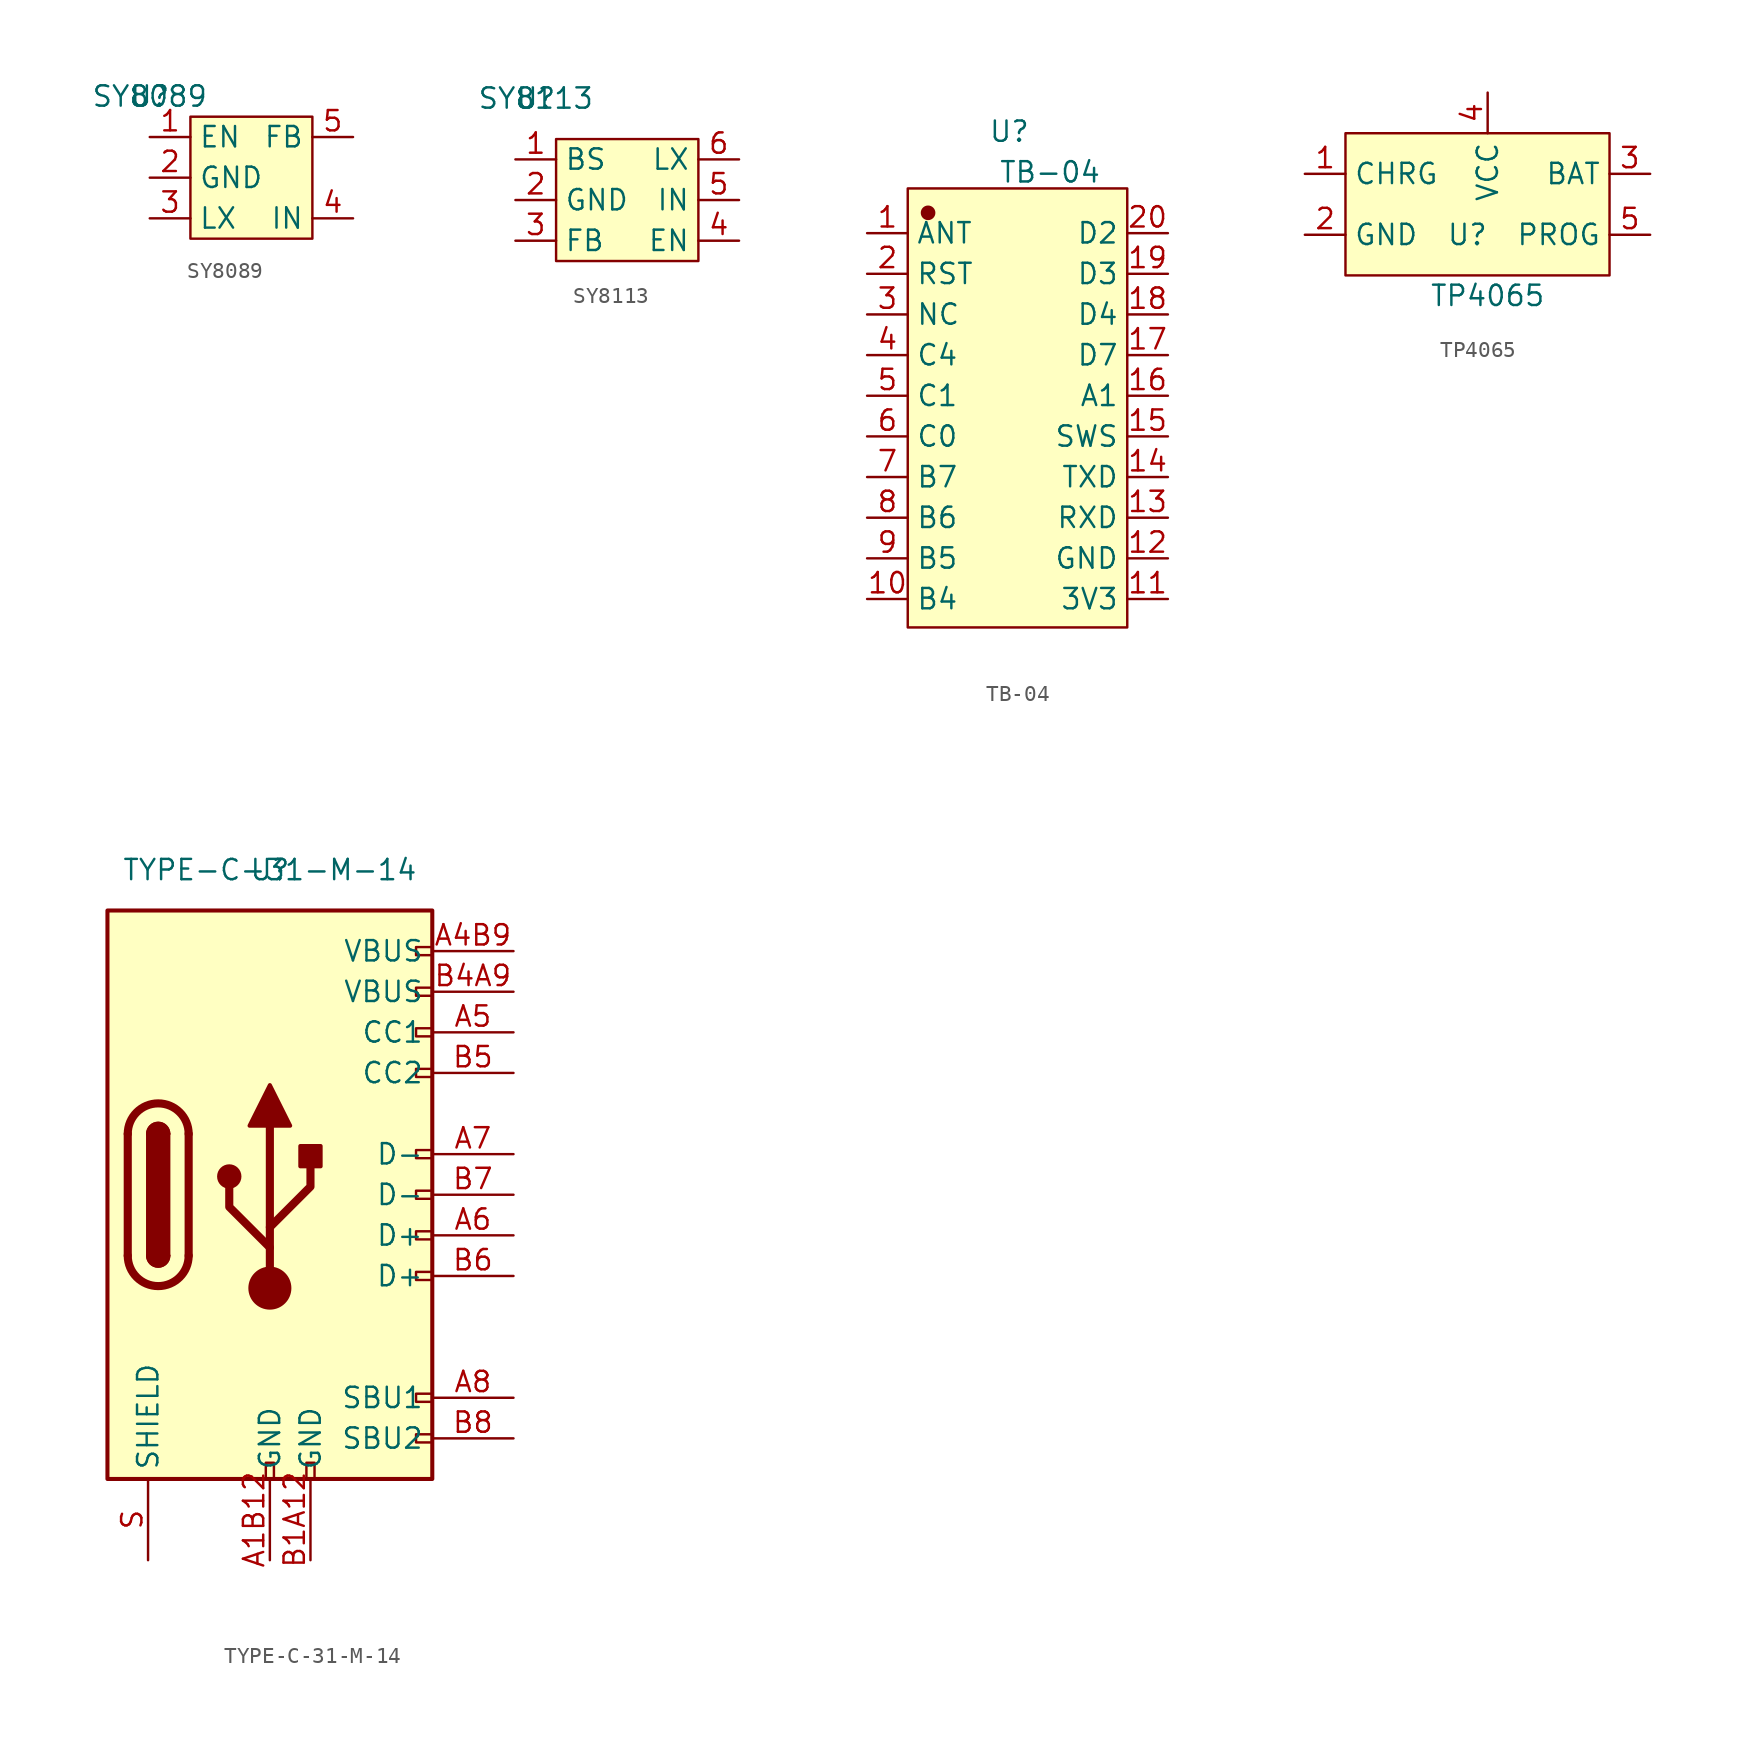
<source format=kicad_sym>
(kicad_symbol_lib
  (version 20211014)
  (generator kicad_symbol_editor)
  (symbol "SY8089"
    (property "Reference" "U"
      (at 0 0 0)
      (effects (font (size 1.27 1.27))))
    (property "Value" "SY8089"
      (at 0 0 0)
      (effects (font (size 1.27 1.27))))
    (symbol "SY8089_0_1"
      (rectangle (start 2.54 -1.27) (end 10.16 -8.89) (stroke (width 0.152) (type default) (color 0 0 0 0)) (fill (type background))))
    (symbol "SY8089_1_1"
      (pin input line (at 0 -2.54 0) (length 2.54) (name "EN" (effects (font (size 1.27 1.27)))) (number "1" (effects (font (size 1.27 1.27)))))
      (pin input line (at 0 -5.08 0) (length 2.54) (name "GND" (effects (font (size 1.27 1.27)))) (number "2" (effects (font (size 1.27 1.27)))))
      (pin input line (at 0 -7.62 0) (length 2.54) (name "LX" (effects (font (size 1.27 1.27)))) (number "3" (effects (font (size 1.27 1.27)))))
      (pin input line (at 12.7 -7.62 180) (length 2.54) (name "IN" (effects (font (size 1.27 1.27)))) (number "4" (effects (font (size 1.27 1.27)))))
      (pin input line (at 12.7 -2.54 180) (length 2.54) (name "FB" (effects (font (size 1.27 1.27)))) (number "5" (effects (font (size 1.27 1.27)))))))
  (symbol "SY8113"
    (property "Reference" "U"
      (at 0 0 0)
      (effects (font (size 1.27 1.27))))
    (property "Value" "SY8113"
      (at 0 0 0)
      (effects (font (size 1.27 1.27))))
    (symbol "SY8113_0_1"
      (rectangle (start 1.27 -2.54) (end 10.16 -10.16) (stroke (width 0.152) (type default) (color 0 0 0 0)) (fill (type background))))
    (symbol "SY8113_1_1"
      (pin input line (at -1.27 -3.81 0) (length 2.54) (name "BS" (effects (font (size 1.27 1.27)))) (number "1" (effects (font (size 1.27 1.27)))))
      (pin input line (at -1.27 -6.35 0) (length 2.54) (name "GND" (effects (font (size 1.27 1.27)))) (number "2" (effects (font (size 1.27 1.27)))))
      (pin input line (at -1.27 -8.89 0) (length 2.54) (name "FB" (effects (font (size 1.27 1.27)))) (number "3" (effects (font (size 1.27 1.27)))))
      (pin input line (at 12.7 -8.89 180) (length 2.54) (name "EN" (effects (font (size 1.27 1.27)))) (number "4" (effects (font (size 1.27 1.27)))))
      (pin input line (at 12.7 -6.35 180) (length 2.54) (name "IN" (effects (font (size 1.27 1.27)))) (number "5" (effects (font (size 1.27 1.27)))))
      (pin input line (at 12.7 -3.81 180) (length 2.54) (name "LX" (effects (font (size 1.27 1.27)))) (number "6" (effects (font (size 1.27 1.27)))))))
  (symbol "TB-04"
    (property "Reference" "U"
      (at 0 16.51 0)
      (effects (font (size 1.27 1.27))))
    (property "Value" "TB-04"
      (at 2.54 13.97 0)
      (effects (font (size 1.27 1.27))))
    (symbol "TB-04_0_1"
      (rectangle (start -6.35 12.954) (end 7.366 -14.478) (stroke (width 0) (type default) (color 0 0 0 0)) (fill (type background))))
    (symbol "TB-04_1_1"
      (circle (center -5.08 11.43) (radius 0.381) (stroke (width 0.152) (type default) (color 0 0 0 0)) (fill (type outline)))
      (pin free line (at -8.89 10.16 0) (length 2.54) (name "ANT" (effects (font (size 1.27 1.27)))) (number "1" (effects (font (size 1.27 1.27)))))
      (pin free line (at -8.89 -12.7 0) (length 2.54) (name "B4" (effects (font (size 1.27 1.27)))) (number "10" (effects (font (size 1.27 1.27)))))
      (pin free line (at 9.906 -12.7 180) (length 2.54) (name "3V3" (effects (font (size 1.27 1.27)))) (number "11" (effects (font (size 1.27 1.27)))))
      (pin free line (at 9.906 -10.16 180) (length 2.54) (name "GND" (effects (font (size 1.27 1.27)))) (number "12" (effects (font (size 1.27 1.27)))))
      (pin free line (at 9.906 -7.62 180) (length 2.54) (name "RXD" (effects (font (size 1.27 1.27)))) (number "13" (effects (font (size 1.27 1.27)))))
      (pin free line (at 9.906 -5.08 180) (length 2.54) (name "TXD" (effects (font (size 1.27 1.27)))) (number "14" (effects (font (size 1.27 1.27)))))
      (pin free line (at 9.906 -2.54 180) (length 2.54) (name "SWS" (effects (font (size 1.27 1.27)))) (number "15" (effects (font (size 1.27 1.27)))))
      (pin free line (at 9.906 0 180) (length 2.54) (name "A1" (effects (font (size 1.27 1.27)))) (number "16" (effects (font (size 1.27 1.27)))))
      (pin free line (at 9.906 2.54 180) (length 2.54) (name "D7" (effects (font (size 1.27 1.27)))) (number "17" (effects (font (size 1.27 1.27)))))
      (pin free line (at 9.906 5.08 180) (length 2.54) (name "D4" (effects (font (size 1.27 1.27)))) (number "18" (effects (font (size 1.27 1.27)))))
      (pin free line (at 9.906 7.62 180) (length 2.54) (name "D3" (effects (font (size 1.27 1.27)))) (number "19" (effects (font (size 1.27 1.27)))))
      (pin free line (at -8.89 7.62 0) (length 2.54) (name "RST" (effects (font (size 1.27 1.27)))) (number "2" (effects (font (size 1.27 1.27)))))
      (pin free line (at 9.906 10.16 180) (length 2.54) (name "D2" (effects (font (size 1.27 1.27)))) (number "20" (effects (font (size 1.27 1.27)))))
      (pin free line (at -8.89 5.08 0) (length 2.54) (name "NC" (effects (font (size 1.27 1.27)))) (number "3" (effects (font (size 1.27 1.27)))))
      (pin free line (at -8.89 2.54 0) (length 2.54) (name "C4" (effects (font (size 1.27 1.27)))) (number "4" (effects (font (size 1.27 1.27)))))
      (pin free line (at -8.89 0 0) (length 2.54) (name "C1" (effects (font (size 1.27 1.27)))) (number "5" (effects (font (size 1.27 1.27)))))
      (pin free line (at -8.89 -2.54 0) (length 2.54) (name "C0" (effects (font (size 1.27 1.27)))) (number "6" (effects (font (size 1.27 1.27)))))
      (pin free line (at -8.89 -5.08 0) (length 2.54) (name "B7" (effects (font (size 1.27 1.27)))) (number "7" (effects (font (size 1.27 1.27)))))
      (pin free line (at -8.89 -7.62 0) (length 2.54) (name "B6" (effects (font (size 1.27 1.27)))) (number "8" (effects (font (size 1.27 1.27)))))
      (pin free line (at -8.89 -10.16 0) (length 2.54) (name "B5" (effects (font (size 1.27 1.27)))) (number "9" (effects (font (size 1.27 1.27)))))))
  (symbol "TP4065"
    (property "Reference" "U"
      (at 10.16 -7.62 0)
      (effects (font (size 1.27 1.27))))
    (property "Value" "TP4065"
      (at 11.43 -11.43 0)
      (effects (font (size 1.27 1.27))))
    (symbol "TP4065_0_1"
      (rectangle (start 2.54 -1.27) (end 19.05 -10.16) (stroke (width 0.152) (type default) (color 0 0 0 0)) (fill (type background))))
    (symbol "TP4065_1_1"
      (pin input line (at 0 -3.81 0) (length 2.54) (name "CHRG" (effects (font (size 1.27 1.27)))) (number "1" (effects (font (size 1.27 1.27)))))
      (pin input line (at 0 -7.62 0) (length 2.54) (name "GND" (effects (font (size 1.27 1.27)))) (number "2" (effects (font (size 1.27 1.27)))))
      (pin input line (at 21.59 -3.81 180) (length 2.54) (name "BAT" (effects (font (size 1.27 1.27)))) (number "3" (effects (font (size 1.27 1.27)))))
      (pin input line (at 11.43 1.27 270) (length 2.54) (name "VCC" (effects (font (size 1.27 1.27)))) (number "4" (effects (font (size 1.27 1.27)))))
      (pin input line (at 21.59 -7.62 180) (length 2.54) (name "PROG" (effects (font (size 1.27 1.27)))) (number "5" (effects (font (size 1.27 1.27)))))))
  (symbol "TYPE-C-31-M-14"
    (property "Reference" "U"
      (at 0 0 0)
      (effects (font (size 1.27 1.27))))
    (property "Value" "TYPE-C-31-M-14"
      (at 0 0 0)
      (effects (font (size 1.27 1.27))))
    (symbol "TYPE-C-31-M-14_0_0"
      (rectangle (start -0.254 -38.1) (end 0.254 -37.084) (stroke (width 0) (type default) (color 0 0 0 0)) (fill (type none)))
      (rectangle (start 2.286 -38.1) (end 2.794 -37.084) (stroke (width 0) (type default) (color 0 0 0 0)) (fill (type none)))
      (rectangle (start 10.16 -35.306) (end 9.144 -35.814) (stroke (width 0) (type default) (color 0 0 0 0)) (fill (type none)))
      (rectangle (start 10.16 -32.766) (end 9.144 -33.274) (stroke (width 0) (type default) (color 0 0 0 0)) (fill (type none)))
      (rectangle (start 10.16 -25.146) (end 9.144 -25.654) (stroke (width 0) (type default) (color 0 0 0 0)) (fill (type none)))
      (rectangle (start 10.16 -22.606) (end 9.144 -23.114) (stroke (width 0) (type default) (color 0 0 0 0)) (fill (type none)))
      (rectangle (start 10.16 -20.066) (end 9.144 -20.574) (stroke (width 0) (type default) (color 0 0 0 0)) (fill (type none)))
      (rectangle (start 10.16 -17.526) (end 9.144 -18.034) (stroke (width 0) (type default) (color 0 0 0 0)) (fill (type none)))
      (rectangle (start 10.16 -12.446) (end 9.144 -12.954) (stroke (width 0) (type default) (color 0 0 0 0)) (fill (type none)))
      (rectangle (start 10.16 -9.906) (end 9.144 -10.414) (stroke (width 0) (type default) (color 0 0 0 0)) (fill (type none)))
      (rectangle (start 10.16 -7.366) (end 9.144 -7.874) (stroke (width 0) (type default) (color 0 0 0 0)) (fill (type none)))
      (rectangle (start 10.16 -4.826) (end 9.144 -5.334) (stroke (width 0) (type default) (color 0 0 0 0)) (fill (type none))))
    (symbol "TYPE-C-31-M-14_0_1"
      (rectangle (start -10.16 -2.54) (end 10.16 -38.1) (stroke (width 0.254) (type default) (color 0 0 0 0)) (fill (type background)))
      (arc (start -8.89 -24.13) (mid -6.985 -26.035) (end -5.08 -24.13) (stroke (width 0.508) (type default) (color 0 0 0 0)) (fill (type none)))
      (arc (start -7.62 -24.13) (mid -6.985 -24.765) (end -6.35 -24.13) (stroke (width 0.254) (type default) (color 0 0 0 0)) (fill (type none)))
      (arc (start -7.62 -24.13) (mid -6.985 -24.765) (end -6.35 -24.13) (stroke (width 0.254) (type default) (color 0 0 0 0)) (fill (type outline)))
      (rectangle (start -7.62 -24.13) (end -6.35 -16.51) (stroke (width 0.254) (type default) (color 0 0 0 0)) (fill (type outline)))
      (arc (start -6.35 -16.51) (mid -6.985 -15.875) (end -7.62 -16.51) (stroke (width 0.254) (type default) (color 0 0 0 0)) (fill (type none)))
      (arc (start -6.35 -16.51) (mid -6.985 -15.875) (end -7.62 -16.51) (stroke (width 0.254) (type default) (color 0 0 0 0)) (fill (type outline)))
      (arc (start -5.08 -16.51) (mid -6.985 -14.605) (end -8.89 -16.51) (stroke (width 0.508) (type default) (color 0 0 0 0)) (fill (type none)))
      (circle (center -2.54 -19.177) (radius 0.635) (stroke (width 0.254) (type default) (color 0 0 0 0)) (fill (type outline)))
      (circle (center 0 -26.162) (radius 1.27) (stroke (width 0) (type default) (color 0 0 0 0)) (fill (type outline)))
      (polyline (pts (xy -8.89 -24.13) (xy -8.89 -16.51)) (stroke (width 0.508) (type default) (color 0 0 0 0)) (fill (type none)))
      (polyline (pts (xy -5.08 -16.51) (xy -5.08 -24.13)) (stroke (width 0.508) (type default) (color 0 0 0 0)) (fill (type none)))
      (polyline (pts (xy 0 -26.162) (xy 0 -16.002)) (stroke (width 0.508) (type default) (color 0 0 0 0)) (fill (type none)))
      (polyline (pts (xy 0 -23.622) (xy -2.54 -21.082) (xy -2.54 -19.812)) (stroke (width 0.508) (type default) (color 0 0 0 0)) (fill (type none)))
      (polyline (pts (xy 0 -22.352) (xy 2.54 -19.812) (xy 2.54 -18.542)) (stroke (width 0.508) (type default) (color 0 0 0 0)) (fill (type none)))
      (polyline (pts (xy -1.27 -16.002) (xy 0 -13.462) (xy 1.27 -16.002) (xy -1.27 -16.002)) (stroke (width 0.254) (type default) (color 0 0 0 0)) (fill (type outline)))
      (rectangle (start 1.905 -18.542) (end 3.175 -17.272) (stroke (width 0.254) (type default) (color 0 0 0 0)) (fill (type outline))))
    (symbol "TYPE-C-31-M-14_1_1"
      (pin passive line (at 0 -43.18 90) (length 5.08) (name "GND" (effects (font (size 1.27 1.27)))) (number "A1B12" (effects (font (size 1.27 1.27)))))
      (pin passive line (at 15.24 -5.08 180) (length 5.08) (name "VBUS" (effects (font (size 1.27 1.27)))) (number "A4B9" (effects (font (size 1.27 1.27)))))
      (pin bidirectional line (at 15.24 -10.16 180) (length 5.08) (name "CC1" (effects (font (size 1.27 1.27)))) (number "A5" (effects (font (size 1.27 1.27)))))
      (pin bidirectional line (at 15.24 -22.86 180) (length 5.08) (name "D+" (effects (font (size 1.27 1.27)))) (number "A6" (effects (font (size 1.27 1.27)))))
      (pin bidirectional line (at 15.24 -17.78 180) (length 5.08) (name "D-" (effects (font (size 1.27 1.27)))) (number "A7" (effects (font (size 1.27 1.27)))))
      (pin bidirectional line (at 15.24 -33.02 180) (length 5.08) (name "SBU1" (effects (font (size 1.27 1.27)))) (number "A8" (effects (font (size 1.27 1.27)))))
      (pin passive line (at 2.54 -43.18 90) (length 5.08) (name "GND" (effects (font (size 1.27 1.27)))) (number "B1A12" (effects (font (size 1.27 1.27)))))
      (pin passive line (at 15.24 -7.62 180) (length 5.08) (name "VBUS" (effects (font (size 1.27 1.27)))) (number "B4A9" (effects (font (size 1.27 1.27)))))
      (pin bidirectional line (at 15.24 -12.7 180) (length 5.08) (name "CC2" (effects (font (size 1.27 1.27)))) (number "B5" (effects (font (size 1.27 1.27)))))
      (pin bidirectional line (at 15.24 -25.4 180) (length 5.08) (name "D+" (effects (font (size 1.27 1.27)))) (number "B6" (effects (font (size 1.27 1.27)))))
      (pin bidirectional line (at 15.24 -20.32 180) (length 5.08) (name "D-" (effects (font (size 1.27 1.27)))) (number "B7" (effects (font (size 1.27 1.27)))))
      (pin bidirectional line (at 15.24 -35.56 180) (length 5.08) (name "SBU2" (effects (font (size 1.27 1.27)))) (number "B8" (effects (font (size 1.27 1.27)))))
      (pin passive line (at -7.62 -43.18 90) (length 5.08) (name "SHIELD" (effects (font (size 1.27 1.27)))) (number "S" (effects (font (size 1.27 1.27))))))))
</source>
